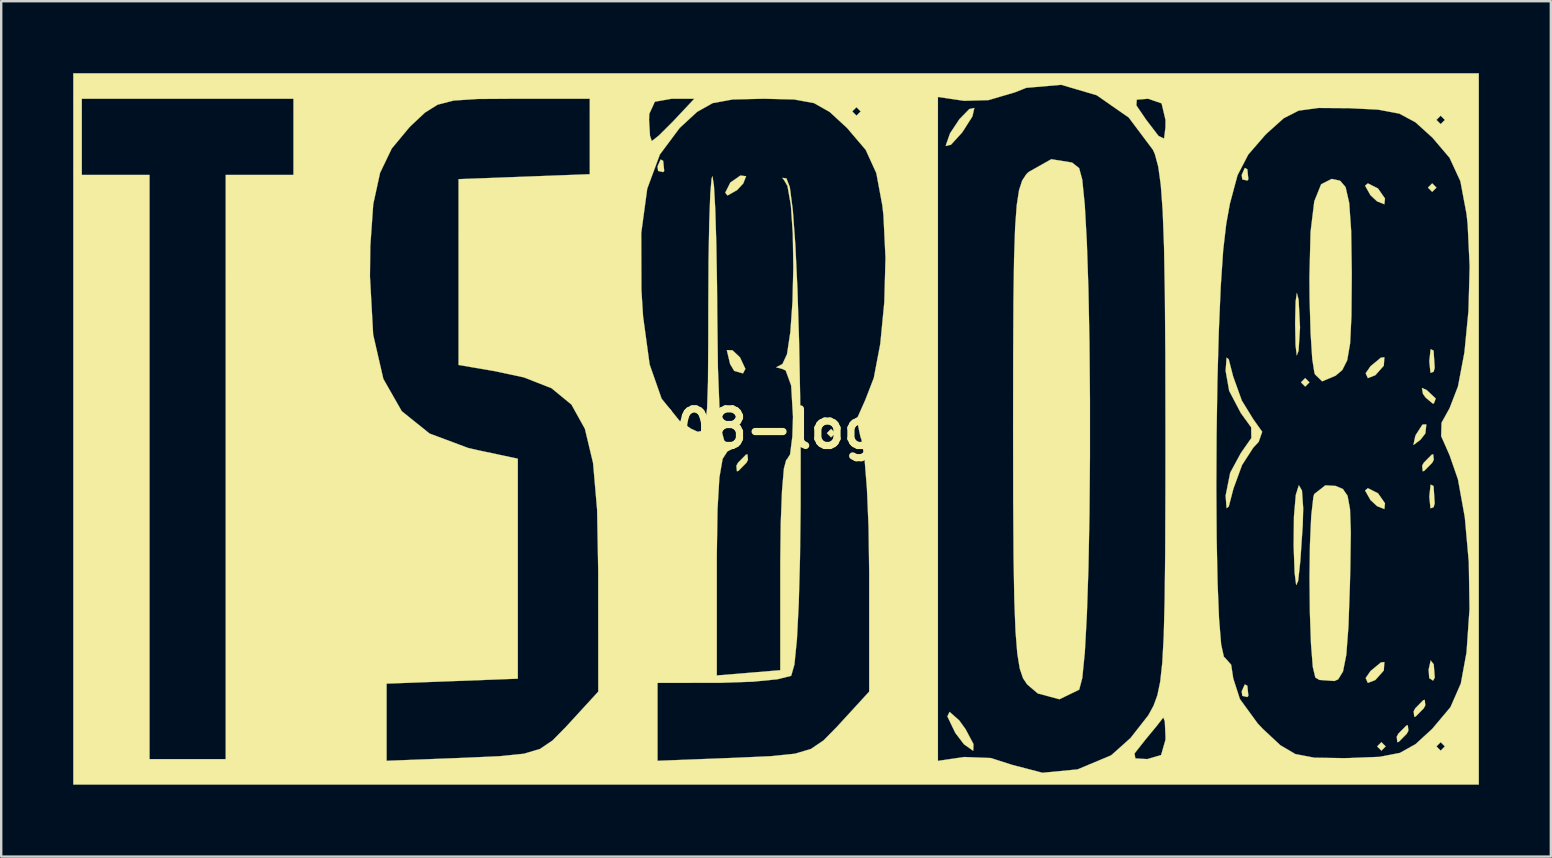
<source format=kicad_pcb>
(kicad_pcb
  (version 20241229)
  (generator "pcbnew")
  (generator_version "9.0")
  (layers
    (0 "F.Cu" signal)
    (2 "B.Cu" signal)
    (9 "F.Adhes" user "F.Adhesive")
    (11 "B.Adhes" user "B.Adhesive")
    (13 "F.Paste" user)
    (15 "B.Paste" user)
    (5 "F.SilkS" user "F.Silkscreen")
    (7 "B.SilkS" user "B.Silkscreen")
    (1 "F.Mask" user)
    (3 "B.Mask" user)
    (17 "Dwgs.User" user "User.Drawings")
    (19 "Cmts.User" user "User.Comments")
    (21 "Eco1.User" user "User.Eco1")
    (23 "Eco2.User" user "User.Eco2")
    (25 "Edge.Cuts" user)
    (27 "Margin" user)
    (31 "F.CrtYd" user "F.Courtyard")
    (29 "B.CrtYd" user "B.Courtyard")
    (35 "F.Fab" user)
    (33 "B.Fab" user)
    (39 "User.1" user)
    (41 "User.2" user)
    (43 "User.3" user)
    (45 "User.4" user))
  (footprint "908-logo"
    (layer "F.Cu")
    (at 29.286 14.822)
    (property "Reference" "908-logo" (at 0 0 0) (layer "F.SilkS") (effects (font (size 1.524 1.524) (thickness 0.3))))
    (attr through_hole)
    (fp_poly (pts (xy 2.469 0.176) (xy 2.293 0.353) (xy 2.117 0.176) (xy 2.293 0) (xy 2.469 0.176)) (stroke (width 0.01) (type solid)) (fill yes) (layer "F.SilkS"))
    (fp_poly (pts (xy 22.225 -1.94) (xy 22.049 -1.764) (xy 21.872 -1.94) (xy 22.049 -2.117) (xy 22.225 -1.94)) (stroke (width 0.01) (type solid)) (fill yes) (layer "F.SilkS"))
    (fp_poly (pts (xy 25.4 13.229) (xy 25.224 13.406) (xy 25.047 13.229) (xy 25.224 13.053) (xy 25.4 13.229)) (stroke (width 0.01) (type solid)) (fill yes) (layer "F.SilkS"))
    (fp_poly (pts (xy 27.517 -10.054) (xy 27.34 -9.878) (xy 27.164 -10.054) (xy 27.34 -10.231) (xy 27.517 -10.054)) (stroke (width 0.01) (type solid)) (fill yes) (layer "F.SilkS"))
    (fp_poly (pts (xy -4.704 -11.171) (xy -4.661 -10.753) (xy -4.704 -10.701) (xy -4.913 -10.749) (xy -4.939 -10.936) (xy -4.81 -11.226) (xy -4.704 -11.171)) (stroke (width 0.01) (type solid)) (fill yes) (layer "F.SilkS"))
    (fp_poly (pts (xy 19.638 -10.819) (xy 19.68 -10.4) (xy 19.638 -10.348) (xy 19.428 -10.397) (xy 19.403 -10.583) (xy 19.532 -10.874) (xy 19.638 -10.819)) (stroke (width 0.01) (type solid)) (fill yes) (layer "F.SilkS"))
    (fp_poly (pts (xy 19.638 10.701) (xy 19.68 11.12) (xy 19.638 11.171) (xy 19.428 11.123) (xy 19.403 10.936) (xy 19.532 10.646) (xy 19.638 10.701)) (stroke (width 0.01) (type solid)) (fill yes) (layer "F.SilkS"))
    (fp_poly (pts (xy 27.398 -3.263) (xy 27.444 -2.541) (xy 27.398 -2.381) (xy 27.269 -2.337) (xy 27.22 -2.822) (xy 27.275 -3.323) (xy 27.398 -3.263)) (stroke (width 0.01) (type solid)) (fill yes) (layer "F.SilkS"))
    (fp_poly (pts (xy 27.398 2.381) (xy 27.444 3.104) (xy 27.398 3.263) (xy 27.269 3.308) (xy 27.22 2.822) (xy 27.275 2.321) (xy 27.398 2.381)) (stroke (width 0.01) (type solid)) (fill yes) (layer "F.SilkS"))
    (fp_poly (pts (xy 27.405 9.812) (xy 27.447 10.363) (xy 27.377 10.488) (xy 27.217 10.383) (xy 27.192 10.025) (xy 27.278 9.648) (xy 27.405 9.812)) (stroke (width 0.01) (type solid)) (fill yes) (layer "F.SilkS"))
    (fp_poly (pts (xy -1.816 -3.278) (xy -1.503 -2.982) (xy -1.278 -2.502) (xy -1.378 -2.314) (xy -1.742 -2.417) (xy -1.912 -2.698) (xy -2.052 -3.284) (xy -1.816 -3.278)) (stroke (width 0.01) (type solid)) (fill yes) (layer "F.SilkS"))
    (fp_poly (pts (xy -1.247 -10.53) (xy -1.367 -10.228) (xy -1.623 -9.952) (xy -2.021 -9.727) (xy -2.117 -9.843) (xy -1.903 -10.267) (xy -1.486 -10.557) (xy -1.247 -10.53)) (stroke (width 0.01) (type solid)) (fill yes) (layer "F.SilkS"))
    (fp_poly (pts (xy 25.084 -10.017) (xy 25.373 -9.6) (xy 25.347 -9.361) (xy 25.045 -9.481) (xy 24.769 -9.737) (xy 24.544 -10.135) (xy 24.66 -10.231) (xy 25.084 -10.017)) (stroke (width 0.01) (type solid)) (fill yes) (layer "F.SilkS"))
    (fp_poly (pts (xy 25.084 2.683) (xy 25.373 3.1) (xy 25.347 3.339) (xy 25.045 3.219) (xy 24.769 2.963) (xy 24.544 2.565) (xy 24.66 2.469) (xy 25.084 2.683)) (stroke (width 0.01) (type solid)) (fill yes) (layer "F.SilkS"))
    (fp_poly (pts (xy 25.324 -2.634) (xy 24.972 -2.239) (xy 24.66 -2.117) (xy 24.568 -2.319) (xy 24.769 -2.61) (xy 25.199 -2.967) (xy 25.347 -2.987) (xy 25.324 -2.634)) (stroke (width 0.01) (type solid)) (fill yes) (layer "F.SilkS"))
    (fp_poly (pts (xy 25.324 10.066) (xy 24.972 10.461) (xy 24.66 10.583) (xy 24.568 10.381) (xy 24.769 10.09) (xy 25.199 9.733) (xy 25.347 9.713) (xy 25.324 10.066)) (stroke (width 0.01) (type solid)) (fill yes) (layer "F.SilkS"))
    (fp_poly (pts (xy 27.056 0.187) (xy 26.855 0.447) (xy 26.558 0.67) (xy 26.632 0.316) (xy 26.657 0.249) (xy 26.937 -0.183) (xy 27.096 -0.186) (xy 27.056 0.187)) (stroke (width 0.01) (type solid)) (fill yes) (layer "F.SilkS"))
    (fp_poly (pts (xy 27.109 -1.621) (xy 27.488 -1.266) (xy 27.41 -1.062) (xy 27.361 -1.058) (xy 27.063 -1.309) (xy 26.954 -1.466) (xy 26.912 -1.707) (xy 27.109 -1.621)) (stroke (width 0.01) (type solid)) (fill yes) (layer "F.SilkS"))
    (fp_poly (pts (xy -1.169 1.286) (xy -1.235 1.411) (xy -1.567 1.748) (xy -1.629 1.764) (xy -1.653 1.536) (xy -1.587 1.411) (xy -1.255 1.074) (xy -1.193 1.058) (xy -1.169 1.286)) (stroke (width 0.01) (type solid)) (fill yes) (layer "F.SilkS"))
    (fp_poly (pts (xy 26.348 12.575) (xy 26.282 12.7) (xy 25.95 13.037) (xy 25.888 13.053) (xy 25.863 12.825) (xy 25.929 12.7) (xy 26.262 12.363) (xy 26.324 12.347) (xy 26.348 12.575)) (stroke (width 0.01) (type solid)) (fill yes) (layer "F.SilkS"))
    (fp_poly (pts (xy 27.053 11.517) (xy 26.988 11.642) (xy 26.655 11.979) (xy 26.593 11.994) (xy 26.569 11.767) (xy 26.635 11.642) (xy 26.967 11.305) (xy 27.029 11.289) (xy 27.053 11.517)) (stroke (width 0.01) (type solid)) (fill yes) (layer "F.SilkS"))
    (fp_poly (pts (xy 27.406 1.286) (xy 27.34 1.411) (xy 27.008 1.748) (xy 26.946 1.764) (xy 26.922 1.536) (xy 26.988 1.411) (xy 27.32 1.074) (xy 27.382 1.058) (xy 27.406 1.286)) (stroke (width 0.01) (type solid)) (fill yes) (layer "F.SilkS"))
    (fp_poly (pts (xy 7.633 12.146) (xy 7.898 12.513) (xy 8.225 13.13) (xy 8.218 13.405) (xy 8.207 13.406) (xy 7.83 13.14) (xy 7.469 12.666) (xy 7.139 11.978) (xy 7.231 11.791) (xy 7.633 12.146)) (stroke (width 0.01) (type solid)) (fill yes) (layer "F.SilkS"))
    (fp_poly (pts (xy 21.774 -5.382) (xy 21.775 -5.374) (xy 21.833 -4.223) (xy 21.772 -3.257) (xy 21.698 -3.062) (xy 21.647 -3.482) (xy 21.629 -4.41) (xy 21.65 -5.315) (xy 21.702 -5.664) (xy 21.774 -5.382)) (stroke (width 0.01) (type solid)) (fill yes) (layer "F.SilkS"))
    (fp_poly (pts (xy 8.182 -13.021) (xy 7.773 -12.379) (xy 7.745 -12.342) (xy 7.29 -11.843) (xy 7.077 -11.79) (xy 7.075 -11.818) (xy 7.251 -12.318) (xy 7.642 -12.907) (xy 8.053 -13.328) (xy 8.263 -13.375) (xy 8.182 -13.021)) (stroke (width 0.01) (type solid)) (fill yes) (layer "F.SilkS"))
    (fp_poly (pts (xy 21.914 2.567) (xy 21.965 3.307) (xy 21.947 4.002) (xy 21.846 5.501) (xy 21.753 6.34) (xy 21.672 6.508) (xy 21.608 5.993) (xy 21.567 4.872) (xy 21.58 3.654) (xy 21.658 2.746) (xy 21.784 2.347) (xy 21.914 2.567)) (stroke (width 0.01) (type solid)) (fill yes) (layer "F.SilkS"))
    (fp_poly (pts (xy 18.861 -2.904) (xy 19.045 -2.19) (xy 19.407 -1.182) (xy 19.883 -0.407) (xy 20.257 0.12) (xy 20.11 0.539) (xy 19.888 0.775) (xy 19.417 1.505) (xy 19.056 2.493) (xy 19.05 2.519) (xy 18.863 3.236) (xy 18.773 3.301) (xy 18.733 2.782) (xy 18.924 1.825) (xy 19.365 1.01) (xy 19.805 0.38) (xy 19.797 -0.066) (xy 19.365 -0.664) (xy 18.881 -1.586) (xy 18.733 -2.42) (xy 18.773 -2.97) (xy 18.861 -2.904)) (stroke (width 0.01) (type solid)) (fill yes) (layer "F.SilkS"))
    (fp_poly (pts (xy 23.503 -10.342) (xy 23.732 -10.075) (xy 23.882 -9.417) (xy 23.963 -8.265) (xy 23.989 -6.518) (xy 23.989 -6.397) (xy 23.975 -4.698) (xy 23.92 -3.566) (xy 23.8 -2.863) (xy 23.594 -2.453) (xy 23.315 -2.218) (xy 22.754 -1.983) (xy 22.461 -2.268) (xy 22.433 -2.339) (xy 22.343 -2.911) (xy 22.273 -4.005) (xy 22.232 -5.434) (xy 22.225 -6.308) (xy 22.272 -8.211) (xy 22.427 -9.483) (xy 22.713 -10.195) (xy 23.152 -10.417) (xy 23.503 -10.342)) (stroke (width 0.01) (type solid)) (fill yes) (layer "F.SilkS"))
    (fp_poly (pts (xy 23.317 2.376) (xy 23.619 2.504) (xy 23.813 2.785) (xy 23.916 3.344) (xy 23.949 4.311) (xy 23.928 5.81) (xy 23.912 6.478) (xy 23.85 8.241) (xy 23.761 9.413) (xy 23.624 10.106) (xy 23.422 10.435) (xy 23.266 10.503) (xy 22.639 10.459) (xy 22.472 10.36) (xy 22.366 9.918) (xy 22.29 8.957) (xy 22.244 7.662) (xy 22.229 6.217) (xy 22.247 4.81) (xy 22.3 3.625) (xy 22.388 2.848) (xy 22.424 2.714) (xy 22.889 2.351) (xy 23.317 2.376)) (stroke (width 0.01) (type solid)) (fill yes) (layer "F.SilkS"))
    (fp_poly (pts (xy 12.335 -11.098) (xy 12.629 -10.866) (xy 12.758 -10.392) (xy 12.865 -9.321) (xy 12.951 -7.762) (xy 13.016 -5.822) (xy 13.059 -3.611) (xy 13.08 -1.236) (xy 13.08 1.194) (xy 13.059 3.571) (xy 13.017 5.786) (xy 12.952 7.731) (xy 12.867 9.298) (xy 12.76 10.378) (xy 12.632 10.863) (xy 12.629 10.866) (xy 11.807 11.264) (xy 10.908 11.024) (xy 10.462 10.644) (xy 10.29 10.386) (xy 10.154 9.983) (xy 10.052 9.355) (xy 9.978 8.423) (xy 9.928 7.107) (xy 9.897 5.328) (xy 9.882 3.006) (xy 9.878 0.06) (xy 9.878 -0.061) (xy 9.881 -3.004) (xy 9.892 -5.322) (xy 9.918 -7.096) (xy 9.962 -8.404) (xy 10.03 -9.33) (xy 10.126 -9.951) (xy 10.256 -10.35) (xy 10.424 -10.606) (xy 10.523 -10.705) (xy 11.468 -11.238) (xy 12.335 -11.098)) (stroke (width 0.01) (type solid)) (fill yes) (layer "F.SilkS"))
    (fp_poly (pts (xy 29.281 14.817) (xy -29.281 14.817) (xy -29.281 -13.758) (xy -28.928 -13.758) (xy -28.928 -10.583) (xy -26.106 -10.583) (xy -26.106 13.758) (xy -22.931 13.758) (xy -22.931 -6.35) (xy -16.921 -6.35) (xy -16.787 -3.927) (xy -16.363 -2.084) (xy -15.596 -0.738) (xy -14.436 0.193) (xy -12.83 0.793) (xy -12.441 0.883) (xy -10.76 1.24) (xy -10.76 10.407) (xy -13.494 10.51) (xy -16.228 10.613) (xy -16.228 13.829) (xy -13.025 13.705) (xy -11.505 13.637) (xy -10.503 13.534) (xy -9.833 13.334) (xy -9.309 12.978) (xy -8.744 12.404) (xy -8.616 12.264) (xy -7.408 10.946) (xy -7.41 5.914) (xy -7.456 3.364) (xy -7.624 1.422) (xy -7.965 -0.007) (xy -8.526 -1.015) (xy -9.356 -1.697) (xy -10.505 -2.147) (xy -11.746 -2.412) (xy -13.229 -2.665) (xy -13.229 -8.164) (xy -5.617 -8.164) (xy -5.61 -5.793) (xy -5.541 -4.688) (xy -5.267 -2.683) (xy -4.768 -1.259) (xy -4.001 -0.313) (xy -3.528 0) (xy -3.262 0.118) (xy -3.073 0.078) (xy -2.948 -0.216) (xy -2.873 -0.859) (xy -2.836 -1.947) (xy -2.824 -3.574) (xy -2.822 -5.162) (xy -2.812 -7.032) (xy -2.783 -8.611) (xy -2.74 -9.783) (xy -2.686 -10.435) (xy -2.649 -10.528) (xy -2.588 -10.133) (xy -2.533 -9.157) (xy -2.489 -7.725) (xy -2.459 -5.96) (xy -2.45 -4.824) (xy -2.422 -2.544) (xy -2.359 -0.911) (xy -2.257 0.135) (xy -2.111 0.653) (xy -2.006 0.733) (xy -1.801 0.82) (xy -2.028 0.939) (xy -2.226 1.246) (xy -2.361 2.027) (xy -2.439 3.356) (xy -2.469 5.305) (xy -2.469 5.695) (xy -2.469 10.273) (xy -1.147 10.164) (xy 0.176 10.054) (xy 0.176 5.589) (xy 0.196 3.926) (xy 0.249 2.57) (xy 0.328 1.649) (xy 0.425 1.287) (xy 0.441 1.289) (xy 0.584 1.064) (xy 0.68 0.312) (xy 0.706 -0.508) (xy 0.63 -1.808) (xy 0.403 -2.433) (xy 0.265 -2.497) (xy 0.005 -2.568) (xy 0.265 -2.703) (xy 0.456 -3.112) (xy 0.597 -4.042) (xy 0.686 -5.311) (xy 0.72 -6.736) (xy 0.698 -8.135) (xy 0.617 -9.325) (xy 0.476 -10.124) (xy 0.344 -10.351) (xy 0.264 -10.461) (xy 0.432 -10.439) (xy 0.574 -10.074) (xy 0.699 -9.111) (xy 0.805 -7.657) (xy 0.892 -5.819) (xy 0.958 -3.705) (xy 1.003 -1.422) (xy 1.025 0.923) (xy 1.024 3.222) (xy 0.998 5.369) (xy 0.947 7.256) (xy 0.87 8.775) (xy 0.765 9.819) (xy 0.632 10.282) (xy 0.623 10.289) (xy 0.066 10.43) (xy -0.977 10.533) (xy -2.288 10.578) (xy -2.381 10.578) (xy -4.939 10.583) (xy -4.939 13.829) (xy -1.737 13.705) (xy -0.216 13.637) (xy 0.786 13.534) (xy 1.456 13.334) (xy 1.98 12.978) (xy 2.545 12.404) (xy 2.673 12.264) (xy 3.881 10.946) (xy 3.881 5.979) (xy 3.856 4.126) (xy 3.787 2.485) (xy 3.684 1.206) (xy 3.558 0.439) (xy 3.517 0.333) (xy 3.362 -0.406) (xy 3.719 -1.208) (xy 4.073 -2.123) (xy 4.343 -3.544) (xy 4.511 -5.278) (xy 4.561 -7.128) (xy 4.475 -8.9) (xy 4.429 -9.313) (xy 4.178 -10.659) (xy 3.736 -11.628) (xy 2.96 -12.539) (xy 2.233 -13.209) (xy 2.197 -13.229) (xy 3.175 -13.229) (xy 3.351 -13.053) (xy 3.528 -13.229) (xy 3.351 -13.406) (xy 3.175 -13.229) (xy 2.197 -13.229) (xy 1.585 -13.575) (xy 0.753 -13.728) (xy -0.521 -13.758) (xy -0.529 -13.758) (xy -1.806 -13.728) (xy -2.639 -13.576) (xy -3.288 -13.212) (xy -4.013 -12.544) (xy -4.018 -12.539) (xy -4.841 -11.435) (xy -5.367 -10.011) (xy -5.617 -8.164) (xy -13.229 -8.164) (xy -13.229 -10.407) (xy -7.761 -10.613) (xy -7.761 -12.876) (xy -5.292 -12.876) (xy -5.252 -12.213) (xy -5.177 -11.994) (xy -4.884 -12.224) (xy -4.32 -12.785) (xy -4.233 -12.876) (xy -3.405 -13.758) (xy -4.348 -13.758) (xy -5.05 -13.634) (xy -5.282 -13.128) (xy -5.292 -12.876) (xy -7.761 -12.876) (xy -7.761 -13.758) (xy -10.924 -13.758) (xy -12.437 -13.748) (xy -13.433 -13.683) (xy -14.101 -13.51) (xy -14.629 -13.18) (xy -15.207 -12.639) (xy -15.281 -12.565) (xy -16.013 -11.683) (xy -16.5 -10.67) (xy -16.784 -9.365) (xy -16.907 -7.611) (xy -16.921 -6.35) (xy -22.931 -6.35) (xy -22.931 -10.583) (xy -20.108 -10.583) (xy -20.108 -13.758) (xy -28.928 -13.758) (xy -29.281 -13.758) (xy -29.281 -13.832) (xy 6.745 -13.832) (xy 6.745 13.832) (xy 7.843 13.671) (xy 8.947 13.713) (xy 9.85 14.002) (xy 11.102 14.328) (xy 12.563 14.187) (xy 13.94 13.611) (xy 13.989 13.579) (xy 14.048 13.526) (xy 14.935 13.526) (xy 14.973 13.73) (xy 15.468 13.758) (xy 16.043 13.59) (xy 16.225 12.962) (xy 16.228 12.818) (xy 16.199 12.181) (xy 16.136 12.024) (xy 15.865 12.372) (xy 15.376 12.965) (xy 14.935 13.526) (xy 14.048 13.526) (xy 14.771 12.879) (xy 15.499 11.949) (xy 15.538 11.887) (xy 15.733 11.526) (xy 15.888 11.103) (xy 16.007 10.536) (xy 16.094 9.743) (xy 16.154 8.641) (xy 16.193 7.148) (xy 16.215 5.183) (xy 16.224 2.663) (xy 16.225 2.443) (xy 18.345 2.443) (xy 18.359 4.529) (xy 18.397 6.39) (xy 18.459 7.913) (xy 18.547 8.986) (xy 18.661 9.498) (xy 18.697 9.525) (xy 18.964 9.827) (xy 19.05 10.395) (xy 19.327 11.255) (xy 20.071 12.276) (xy 20.292 12.508) (xy 21.014 13.181) (xy 21.641 13.549) (xy 22.428 13.699) (xy 23.629 13.718) (xy 23.847 13.715) (xy 25.146 13.664) (xy 25.994 13.5) (xy 26.479 13.229) (xy 27.517 13.229) (xy 27.693 13.406) (xy 27.869 13.229) (xy 27.693 13.053) (xy 27.517 13.229) (xy 26.479 13.229) (xy 26.647 13.135) (xy 27.34 12.5) (xy 28.101 11.594) (xy 28.534 10.607) (xy 28.771 9.313) (xy 28.896 7.501) (xy 28.866 5.551) (xy 28.699 3.679) (xy 28.413 2.099) (xy 28.067 1.1) (xy 27.714 0.3) (xy 27.731 -0.26) (xy 28.063 -0.858) (xy 28.415 -1.77) (xy 28.684 -3.19) (xy 28.852 -4.921) (xy 28.902 -6.769) (xy 28.817 -8.539) (xy 28.771 -8.96) (xy 28.515 -10.321) (xy 28.065 -11.297) (xy 27.353 -12.134) (xy 26.643 -12.778) (xy 26.459 -12.876) (xy 27.517 -12.876) (xy 27.693 -12.7) (xy 27.869 -12.876) (xy 27.693 -13.053) (xy 27.517 -12.876) (xy 26.459 -12.876) (xy 25.972 -13.138) (xy 25.085 -13.304) (xy 23.876 -13.365) (xy 22.598 -13.374) (xy 21.774 -13.262) (xy 21.153 -12.945) (xy 20.483 -12.345) (xy 20.367 -12.23) (xy 19.677 -11.433) (xy 19.228 -10.568) (xy 18.911 -9.386) (xy 18.757 -8.535) (xy 18.631 -7.448) (xy 18.528 -5.915) (xy 18.448 -4.047) (xy 18.39 -1.957) (xy 18.356 0.244) (xy 18.345 2.443) (xy 16.225 2.443) (xy 16.226 0.071) (xy 16.221 -3.086) (xy 16.202 -5.612) (xy 16.167 -7.584) (xy 16.111 -9.078) (xy 16.031 -10.168) (xy 15.925 -10.931) (xy 15.788 -11.441) (xy 15.706 -11.628) (xy 14.695 -12.976) (xy 13.969 -13.481) (xy 15.014 -13.481) (xy 15.418 -12.887) (xy 15.938 -12.207) (xy 16.168 -12.099) (xy 16.226 -12.564) (xy 16.228 -12.876) (xy 16.065 -13.565) (xy 15.506 -13.758) (xy 15.03 -13.72) (xy 15.014 -13.481) (xy 13.969 -13.481) (xy 13.363 -13.903) (xy 11.881 -14.339) (xy 10.42 -14.212) (xy 9.95 -14.024) (xy 8.853 -13.701) (xy 7.835 -13.672) (xy 6.745 -13.832) (xy -29.281 -13.832) (xy -29.281 -14.817) (xy 29.281 -14.817) (xy 29.281 14.817)) (stroke (width 0.01) (type solid)) (fill yes) (layer "F.SilkS")))
  (gr_rect
    (start -3 -3)
    (end 61.571 32.643)
    (stroke (width 0.1) (type default))
    (fill no)
    (layer "Edge.Cuts")))
</source>
